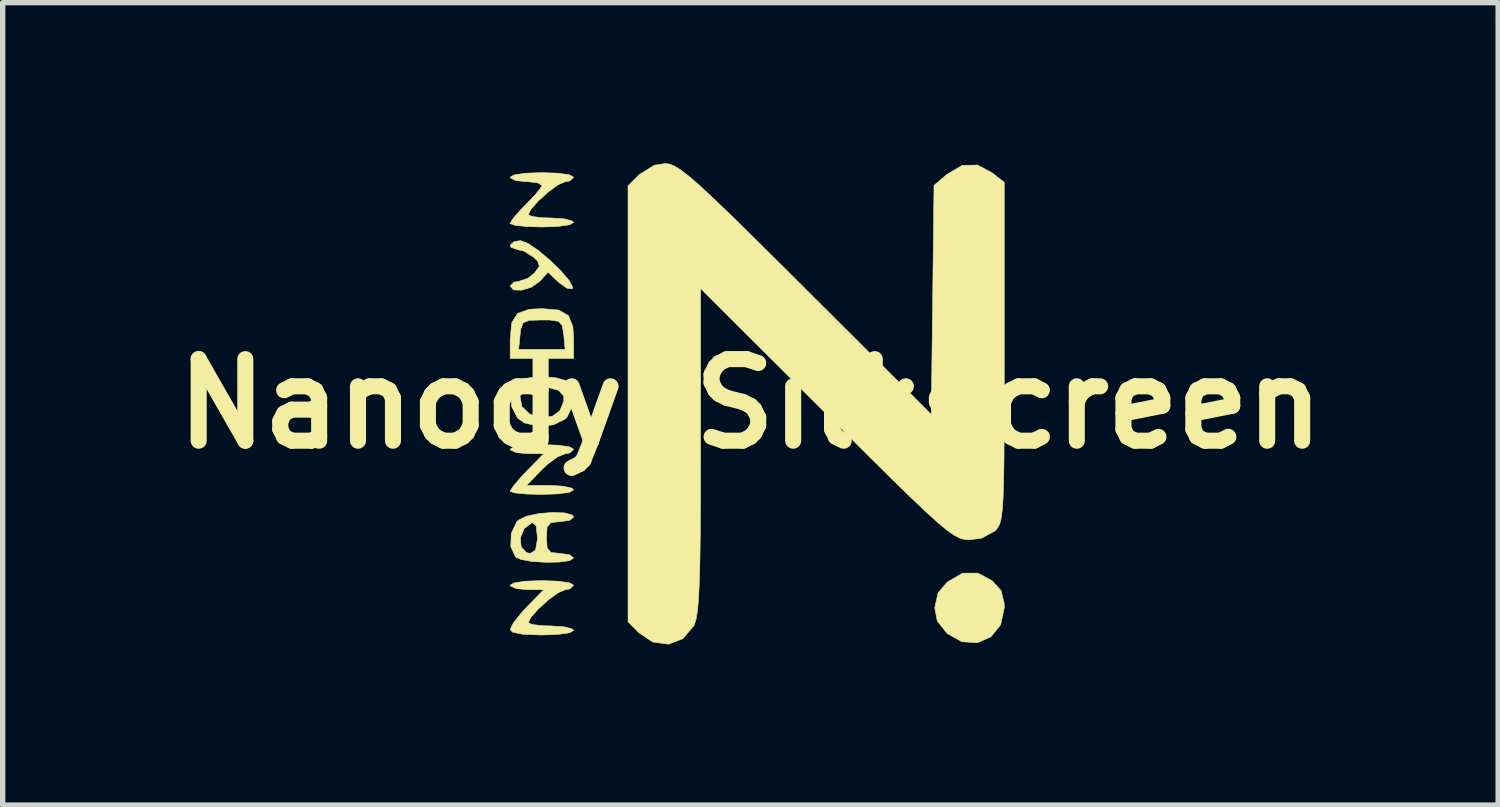
<source format=kicad_pcb>
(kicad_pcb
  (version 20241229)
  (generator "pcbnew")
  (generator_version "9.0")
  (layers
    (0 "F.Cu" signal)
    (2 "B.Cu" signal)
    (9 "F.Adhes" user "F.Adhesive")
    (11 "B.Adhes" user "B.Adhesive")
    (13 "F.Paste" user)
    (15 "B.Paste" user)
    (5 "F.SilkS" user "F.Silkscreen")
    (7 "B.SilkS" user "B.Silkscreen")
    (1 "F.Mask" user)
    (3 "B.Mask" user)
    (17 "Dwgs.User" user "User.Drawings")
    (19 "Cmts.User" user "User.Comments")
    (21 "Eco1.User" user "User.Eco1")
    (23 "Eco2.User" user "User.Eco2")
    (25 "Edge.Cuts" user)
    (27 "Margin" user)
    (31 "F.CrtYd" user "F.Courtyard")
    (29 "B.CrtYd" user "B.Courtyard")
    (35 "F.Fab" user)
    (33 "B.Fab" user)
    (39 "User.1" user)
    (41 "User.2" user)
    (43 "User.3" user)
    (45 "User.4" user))
  (footprint "NanodynSilkscreen"
    (layer "F.Cu")
    (at 10.966 4.492)
    (property "Reference" "NanodynSilkscreen" (at 0 0 0) (layer "F.SilkS") (effects (font (size 1.524 1.524) (thickness 0.3))))
    (attr through_hole)
    (fp_poly (pts (xy 4.251 3.163) (xy 4.518 3.308) (xy 4.681 3.488) (xy 4.739 3.724) (xy 4.741 3.81) (xy 4.673 4.129) (xy 4.492 4.353) (xy 4.238 4.463) (xy 3.948 4.444) (xy 3.674 4.289) (xy 3.489 4.056) (xy 3.443 3.81) (xy 3.504 3.533) (xy 3.674 3.331) (xy 3.963 3.163) (xy 4.251 3.163)) (stroke (width 0.01) (type solid)) (fill yes) (layer "F.SilkS"))
    (fp_poly (pts (xy -3.58 -1.75) (xy -3.398 -1.647) (xy -3.316 -1.439) (xy -3.302 -1.211) (xy -3.302 -0.847) (xy -4.487 -0.847) (xy -4.487 -1.016) (xy -4.329 -1.016) (xy -3.461 -1.016) (xy -3.487 -1.291) (xy -3.514 -1.461) (xy -3.585 -1.541) (xy -3.749 -1.565) (xy -3.895 -1.566) (xy -4.13 -1.559) (xy -4.245 -1.513) (xy -4.29 -1.396) (xy -4.302 -1.291) (xy -4.329 -1.016) (xy -4.487 -1.016) (xy -4.487 -1.211) (xy -4.458 -1.512) (xy -4.351 -1.687) (xy -4.133 -1.765) (xy -3.895 -1.778) (xy -3.58 -1.75)) (stroke (width 0.01) (type solid)) (fill yes) (layer "F.SilkS"))
    (fp_poly (pts (xy -4.156 -2.996) (xy -3.961 -2.864) (xy -3.745 -2.682) (xy -3.543 -2.486) (xy -3.39 -2.308) (xy -3.321 -2.18) (xy -3.329 -2.147) (xy -3.423 -2.157) (xy -3.572 -2.262) (xy -3.584 -2.273) (xy -3.781 -2.458) (xy -3.936 -2.287) (xy -4.09 -2.178) (xy -4.273 -2.122) (xy -4.426 -2.127) (xy -4.487 -2.201) (xy -4.417 -2.272) (xy -4.331 -2.286) (xy -4.155 -2.345) (xy -4.034 -2.442) (xy -3.941 -2.569) (xy -3.975 -2.666) (xy -4.049 -2.738) (xy -4.225 -2.849) (xy -4.346 -2.879) (xy -4.468 -2.92) (xy -4.487 -2.963) (xy -4.415 -3.029) (xy -4.294 -3.048) (xy -4.156 -2.996)) (stroke (width 0.01) (type solid)) (fill yes) (layer "F.SilkS"))
    (fp_poly (pts (xy -3.638 -0.487) (xy -3.447 -0.434) (xy -3.404 -0.406) (xy -3.313 -0.212) (xy -3.322 0.034) (xy -3.425 0.25) (xy -3.457 0.283) (xy -3.682 0.394) (xy -3.963 0.418) (xy -4.224 0.356) (xy -4.347 0.268) (xy -4.461 0.049) (xy -4.474 -0.144) (xy -4.303 -0.144) (xy -4.27 0.05) (xy -4.124 0.191) (xy -3.917 0.259) (xy -3.703 0.234) (xy -3.559 0.131) (xy -3.486 -0.051) (xy -3.487 -0.144) (xy -3.582 -0.25) (xy -3.775 -0.303) (xy -4.001 -0.305) (xy -4.198 -0.254) (xy -4.301 -0.152) (xy -4.303 -0.144) (xy -4.474 -0.144) (xy -4.478 -0.2) (xy -4.392 -0.4) (xy -4.386 -0.406) (xy -4.244 -0.468) (xy -4.006 -0.504) (xy -3.895 -0.508) (xy -3.638 -0.487)) (stroke (width 0.01) (type solid)) (fill yes) (layer "F.SilkS"))
    (fp_poly (pts (xy -3.591 0.773) (xy -3.381 0.803) (xy -3.302 0.847) (xy -3.302 0.847) (xy -3.372 0.918) (xy -3.455 0.931) (xy -3.601 0.989) (xy -3.797 1.135) (xy -3.895 1.228) (xy -4.182 1.524) (xy -3.742 1.524) (xy -3.495 1.539) (xy -3.335 1.576) (xy -3.302 1.609) (xy -3.38 1.652) (xy -3.59 1.682) (xy -3.894 1.693) (xy -3.895 1.693) (xy -4.187 1.685) (xy -4.398 1.665) (xy -4.487 1.636) (xy -4.487 1.633) (xy -4.433 1.544) (xy -4.293 1.379) (xy -4.174 1.252) (xy -3.86 0.931) (xy -4.174 0.931) (xy -4.376 0.911) (xy -4.483 0.861) (xy -4.487 0.847) (xy -4.409 0.803) (xy -4.199 0.773) (xy -3.895 0.762) (xy -3.895 0.762) (xy -3.591 0.773)) (stroke (width 0.01) (type solid)) (fill yes) (layer "F.SilkS"))
    (fp_poly (pts (xy -3.591 3.313) (xy -3.381 3.343) (xy -3.302 3.387) (xy -3.302 3.387) (xy -3.372 3.458) (xy -3.455 3.471) (xy -3.588 3.527) (xy -3.775 3.663) (xy -3.964 3.834) (xy -4.105 3.996) (xy -4.149 4.089) (xy -4.072 4.123) (xy -3.878 4.145) (xy -3.725 4.149) (xy -3.484 4.164) (xy -3.331 4.203) (xy -3.302 4.233) (xy -3.38 4.277) (xy -3.59 4.307) (xy -3.894 4.318) (xy -3.895 4.318) (xy -4.246 4.306) (xy -4.44 4.267) (xy -4.487 4.216) (xy -4.432 4.101) (xy -4.29 3.919) (xy -4.174 3.792) (xy -3.86 3.471) (xy -4.174 3.471) (xy -4.376 3.451) (xy -4.483 3.401) (xy -4.487 3.387) (xy -4.409 3.343) (xy -4.199 3.313) (xy -3.895 3.302) (xy -3.895 3.302) (xy -3.591 3.313)) (stroke (width 0.01) (type solid)) (fill yes) (layer "F.SilkS"))
    (fp_poly (pts (xy -3.591 -4.307) (xy -3.381 -4.277) (xy -3.302 -4.233) (xy -3.302 -4.233) (xy -3.372 -4.162) (xy -3.455 -4.149) (xy -3.588 -4.093) (xy -3.775 -3.957) (xy -3.964 -3.786) (xy -4.105 -3.624) (xy -4.149 -3.531) (xy -4.072 -3.497) (xy -3.878 -3.475) (xy -3.725 -3.471) (xy -3.484 -3.456) (xy -3.331 -3.417) (xy -3.302 -3.387) (xy -3.38 -3.343) (xy -3.59 -3.313) (xy -3.894 -3.302) (xy -3.895 -3.302) (xy -4.187 -3.311) (xy -4.398 -3.334) (xy -4.487 -3.367) (xy -4.487 -3.37) (xy -4.431 -3.464) (xy -4.289 -3.627) (xy -4.191 -3.725) (xy -4.018 -3.906) (xy -3.911 -4.042) (xy -3.895 -4.081) (xy -3.969 -4.126) (xy -4.152 -4.148) (xy -4.191 -4.149) (xy -4.387 -4.17) (xy -4.485 -4.222) (xy -4.487 -4.233) (xy -4.409 -4.277) (xy -4.199 -4.307) (xy -3.895 -4.318) (xy -3.895 -4.318) (xy -3.591 -4.307)) (stroke (width 0.01) (type solid)) (fill yes) (layer "F.SilkS"))
    (fp_poly (pts (xy -3.474 2.037) (xy -3.328 2.077) (xy -3.302 2.117) (xy -3.376 2.176) (xy -3.553 2.201) (xy -3.556 2.201) (xy -3.727 2.218) (xy -3.797 2.302) (xy -3.81 2.498) (xy -3.796 2.697) (xy -3.724 2.778) (xy -3.556 2.794) (xy -3.378 2.819) (xy -3.302 2.878) (xy -3.302 2.879) (xy -3.377 2.929) (xy -3.566 2.956) (xy -3.816 2.961) (xy -4.072 2.945) (xy -4.283 2.909) (xy -4.386 2.862) (xy -4.476 2.667) (xy -4.47 2.5) (xy -4.296 2.5) (xy -4.283 2.668) (xy -4.186 2.779) (xy -4.109 2.794) (xy -4.015 2.735) (xy -3.98 2.541) (xy -3.979 2.491) (xy -4.003 2.279) (xy -4.073 2.219) (xy -4.079 2.22) (xy -4.227 2.331) (xy -4.296 2.5) (xy -4.47 2.5) (xy -4.467 2.421) (xy -4.365 2.206) (xy -4.332 2.172) (xy -4.183 2.1) (xy -3.955 2.051) (xy -3.701 2.029) (xy -3.474 2.037)) (stroke (width 0.01) (type solid)) (fill yes) (layer "F.SilkS"))
    (fp_poly (pts (xy -1.515 -4.478) (xy -1.422 -4.442) (xy -1.304 -4.37) (xy -1.148 -4.249) (xy -0.941 -4.07) (xy -0.673 -3.82) (xy -0.33 -3.49) (xy 0.099 -3.069) (xy 0.627 -2.545) (xy 1.029 -2.144) (xy 3.378 0.199) (xy 3.404 -1.94) (xy 3.429 -4.079) (xy 3.667 -4.283) (xy 3.958 -4.455) (xy 4.245 -4.459) (xy 4.518 -4.312) (xy 4.741 -4.136) (xy 4.741 -0.968) (xy 4.741 -0.151) (xy 4.739 0.514) (xy 4.736 1.042) (xy 4.729 1.452) (xy 4.719 1.76) (xy 4.704 1.983) (xy 4.684 2.138) (xy 4.657 2.241) (xy 4.623 2.31) (xy 4.581 2.361) (xy 4.572 2.371) (xy 4.319 2.51) (xy 4.089 2.54) (xy 4.004 2.535) (xy 3.916 2.512) (xy 3.813 2.46) (xy 3.681 2.368) (xy 3.508 2.226) (xy 3.282 2.021) (xy 2.99 1.744) (xy 2.619 1.382) (xy 2.158 0.926) (xy 1.593 0.363) (xy 1.422 0.193) (xy -0.931 -2.155) (xy -0.931 0.874) (xy -0.932 1.7) (xy -0.936 2.373) (xy -0.943 2.91) (xy -0.954 3.327) (xy -0.969 3.641) (xy -0.989 3.867) (xy -1.015 4.023) (xy -1.047 4.125) (xy -1.055 4.143) (xy -1.261 4.386) (xy -1.531 4.49) (xy -1.823 4.45) (xy -2.078 4.28) (xy -2.286 4.072) (xy -2.286 -4.072) (xy -2.078 -4.28) (xy -1.793 -4.457) (xy -1.595 -4.487) (xy -1.515 -4.478)) (stroke (width 0.01) (type solid)) (fill yes) (layer "F.SilkS")))
  (gr_rect
    (start -3 -3)
    (end 24.931 11.987)
    (stroke (width 0.1) (type default))
    (fill no)
    (layer "Edge.Cuts")))
</source>
